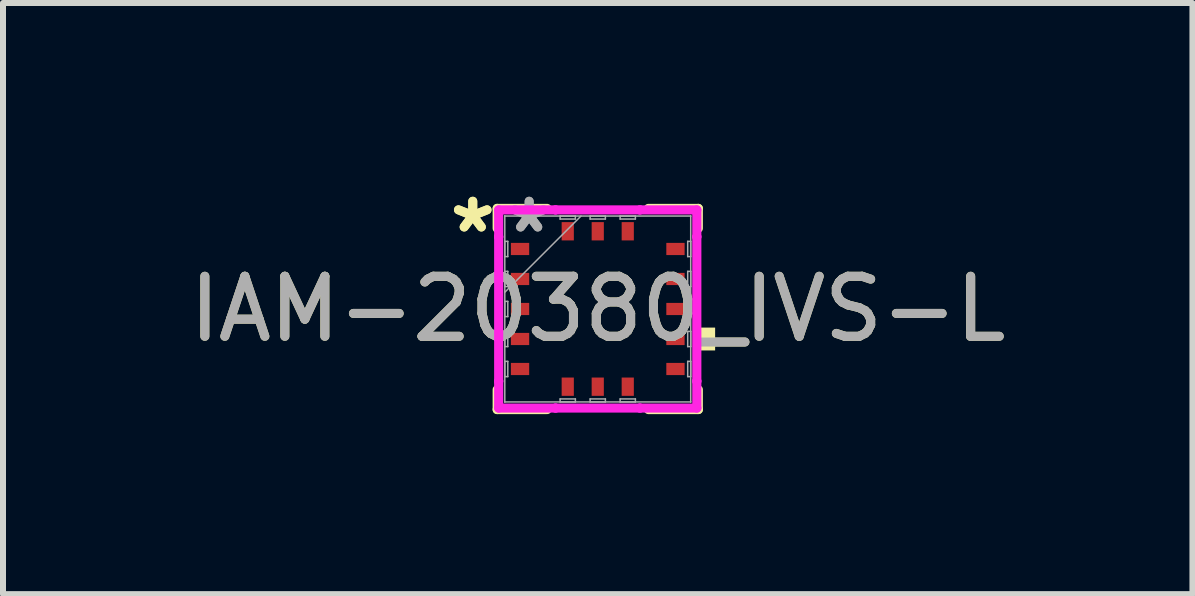
<source format=kicad_pcb>
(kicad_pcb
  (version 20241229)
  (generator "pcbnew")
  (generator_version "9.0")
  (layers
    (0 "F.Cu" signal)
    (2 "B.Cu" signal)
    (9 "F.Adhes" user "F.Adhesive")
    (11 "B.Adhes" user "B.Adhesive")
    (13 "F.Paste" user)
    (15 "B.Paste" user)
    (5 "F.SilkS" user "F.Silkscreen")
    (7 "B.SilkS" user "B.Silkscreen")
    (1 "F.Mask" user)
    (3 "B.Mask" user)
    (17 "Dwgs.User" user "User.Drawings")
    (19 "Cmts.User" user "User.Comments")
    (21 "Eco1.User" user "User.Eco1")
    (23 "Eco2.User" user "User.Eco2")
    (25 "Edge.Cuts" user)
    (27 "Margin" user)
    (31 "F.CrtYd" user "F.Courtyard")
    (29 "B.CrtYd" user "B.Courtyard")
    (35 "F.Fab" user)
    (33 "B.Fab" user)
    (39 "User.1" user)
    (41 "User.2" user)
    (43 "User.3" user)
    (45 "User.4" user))
  (footprint "IAM-20380_IVS-L"
    (layer "F.Cu")
    (at 6.911 2.099)
    (property "Reference" "IAM-20380_IVS-L" (at 0 0 0) (unlocked yes) (layer "F.SilkS") (effects (font (size 1 1) (thickness 0.15))))
    (attr smd)
    (fp_line (start -1.676 -1.676) (end -1.676 -1.344) (stroke (width 0.152) (type solid)) (layer "F.SilkS"))
    (fp_line (start -1.676 1.344) (end -1.676 1.676) (stroke (width 0.152) (type solid)) (layer "F.SilkS"))
    (fp_line (start -1.676 1.676) (end -0.844 1.676) (stroke (width 0.152) (type solid)) (layer "F.SilkS"))
    (fp_line (start -0.844 -1.676) (end -1.676 -1.676) (stroke (width 0.152) (type solid)) (layer "F.SilkS"))
    (fp_line (start 0.844 1.676) (end 1.676 1.676) (stroke (width 0.152) (type solid)) (layer "F.SilkS"))
    (fp_line (start 1.676 -1.676) (end 0.844 -1.676) (stroke (width 0.152) (type solid)) (layer "F.SilkS"))
    (fp_line (start 1.676 -1.344) (end 1.676 -1.676) (stroke (width 0.152) (type solid)) (layer "F.SilkS"))
    (fp_line (start 1.676 1.676) (end 1.676 1.344) (stroke (width 0.152) (type solid)) (layer "F.SilkS"))
    (fp_poly (pts (xy 1.956 0.31) (xy 1.956 0.691) (xy 1.702 0.691) (xy 1.702 0.31)) (stroke (width 0) (type solid)) (fill yes) (layer "F.SilkS"))
    (fp_line (start -1.651 -1.651) (end -0.703 -1.651) (stroke (width 0.152) (type solid)) (layer "F.CrtYd"))
    (fp_line (start -1.651 -1.203) (end -1.651 -1.651) (stroke (width 0.152) (type solid)) (layer "F.CrtYd"))
    (fp_line (start -1.651 -1.203) (end -1.651 -1.203) (stroke (width 0.152) (type solid)) (layer "F.CrtYd"))
    (fp_line (start -1.651 1.203) (end -1.651 -1.203) (stroke (width 0.152) (type solid)) (layer "F.CrtYd"))
    (fp_line (start -1.651 1.203) (end -1.651 1.203) (stroke (width 0.152) (type solid)) (layer "F.CrtYd"))
    (fp_line (start -1.651 1.651) (end -1.651 1.203) (stroke (width 0.152) (type solid)) (layer "F.CrtYd"))
    (fp_line (start -0.703 -1.651) (end -0.703 -1.651) (stroke (width 0.152) (type solid)) (layer "F.CrtYd"))
    (fp_line (start -0.703 -1.651) (end 0.703 -1.651) (stroke (width 0.152) (type solid)) (layer "F.CrtYd"))
    (fp_line (start -0.703 1.651) (end -1.651 1.651) (stroke (width 0.152) (type solid)) (layer "F.CrtYd"))
    (fp_line (start -0.703 1.651) (end -0.703 1.651) (stroke (width 0.152) (type solid)) (layer "F.CrtYd"))
    (fp_line (start 0.703 -1.651) (end 0.703 -1.651) (stroke (width 0.152) (type solid)) (layer "F.CrtYd"))
    (fp_line (start 0.703 -1.651) (end 1.651 -1.651) (stroke (width 0.152) (type solid)) (layer "F.CrtYd"))
    (fp_line (start 0.703 1.651) (end -0.703 1.651) (stroke (width 0.152) (type solid)) (layer "F.CrtYd"))
    (fp_line (start 0.703 1.651) (end 0.703 1.651) (stroke (width 0.152) (type solid)) (layer "F.CrtYd"))
    (fp_line (start 1.651 -1.651) (end 1.651 -1.203) (stroke (width 0.152) (type solid)) (layer "F.CrtYd"))
    (fp_line (start 1.651 -1.203) (end 1.651 -1.203) (stroke (width 0.152) (type solid)) (layer "F.CrtYd"))
    (fp_line (start 1.651 -1.203) (end 1.651 1.203) (stroke (width 0.152) (type solid)) (layer "F.CrtYd"))
    (fp_line (start 1.651 1.203) (end 1.651 1.203) (stroke (width 0.152) (type solid)) (layer "F.CrtYd"))
    (fp_line (start 1.651 1.203) (end 1.651 1.651) (stroke (width 0.152) (type solid)) (layer "F.CrtYd"))
    (fp_line (start 1.651 1.651) (end 0.703 1.651) (stroke (width 0.152) (type solid)) (layer "F.CrtYd"))
    (fp_line (start -1.549 -1.549) (end -1.549 -1.549) (stroke (width 0.025) (type solid)) (layer "F.Fab"))
    (fp_line (start -1.549 -1.549) (end -1.549 1.549) (stroke (width 0.025) (type solid)) (layer "F.Fab"))
    (fp_line (start -1.549 -1.127) (end -1.499 -1.127) (stroke (width 0.025) (type solid)) (layer "F.Fab"))
    (fp_line (start -1.549 -0.873) (end -1.549 -1.127) (stroke (width 0.025) (type solid)) (layer "F.Fab"))
    (fp_line (start -1.549 -0.627) (end -1.499 -0.627) (stroke (width 0.025) (type solid)) (layer "F.Fab"))
    (fp_line (start -1.549 -0.373) (end -1.549 -0.627) (stroke (width 0.025) (type solid)) (layer "F.Fab"))
    (fp_line (start -1.549 -0.279) (end -0.279 -1.549) (stroke (width 0.025) (type solid)) (layer "F.Fab"))
    (fp_line (start -1.549 -0.127) (end -1.499 -0.127) (stroke (width 0.025) (type solid)) (layer "F.Fab"))
    (fp_line (start -1.549 0.127) (end -1.549 -0.127) (stroke (width 0.025) (type solid)) (layer "F.Fab"))
    (fp_line (start -1.549 0.373) (end -1.499 0.373) (stroke (width 0.025) (type solid)) (layer "F.Fab"))
    (fp_line (start -1.549 0.627) (end -1.549 0.373) (stroke (width 0.025) (type solid)) (layer "F.Fab"))
    (fp_line (start -1.549 0.873) (end -1.499 0.873) (stroke (width 0.025) (type solid)) (layer "F.Fab"))
    (fp_line (start -1.549 1.127) (end -1.549 0.873) (stroke (width 0.025) (type solid)) (layer "F.Fab"))
    (fp_line (start -1.549 1.549) (end -1.549 1.549) (stroke (width 0.025) (type solid)) (layer "F.Fab"))
    (fp_line (start -1.549 1.549) (end 1.549 1.549) (stroke (width 0.025) (type solid)) (layer "F.Fab"))
    (fp_line (start -1.499 -1.127) (end -1.499 -0.873) (stroke (width 0.025) (type solid)) (layer "F.Fab"))
    (fp_line (start -1.499 -0.873) (end -1.549 -0.873) (stroke (width 0.025) (type solid)) (layer "F.Fab"))
    (fp_line (start -1.499 -0.627) (end -1.499 -0.373) (stroke (width 0.025) (type solid)) (layer "F.Fab"))
    (fp_line (start -1.499 -0.373) (end -1.549 -0.373) (stroke (width 0.025) (type solid)) (layer "F.Fab"))
    (fp_line (start -1.499 -0.127) (end -1.499 0.127) (stroke (width 0.025) (type solid)) (layer "F.Fab"))
    (fp_line (start -1.499 0.127) (end -1.549 0.127) (stroke (width 0.025) (type solid)) (layer "F.Fab"))
    (fp_line (start -1.499 0.373) (end -1.499 0.627) (stroke (width 0.025) (type solid)) (layer "F.Fab"))
    (fp_line (start -1.499 0.627) (end -1.549 0.627) (stroke (width 0.025) (type solid)) (layer "F.Fab"))
    (fp_line (start -1.499 0.873) (end -1.499 1.127) (stroke (width 0.025) (type solid)) (layer "F.Fab"))
    (fp_line (start -1.499 1.127) (end -1.549 1.127) (stroke (width 0.025) (type solid)) (layer "F.Fab"))
    (fp_line (start -0.627 -1.549) (end -0.373 -1.549) (stroke (width 0.025) (type solid)) (layer "F.Fab"))
    (fp_line (start -0.627 -1.499) (end -0.627 -1.549) (stroke (width 0.025) (type solid)) (layer "F.Fab"))
    (fp_line (start -0.627 1.499) (end -0.373 1.499) (stroke (width 0.025) (type solid)) (layer "F.Fab"))
    (fp_line (start -0.627 1.549) (end -0.627 1.499) (stroke (width 0.025) (type solid)) (layer "F.Fab"))
    (fp_line (start -0.373 -1.549) (end -0.373 -1.499) (stroke (width 0.025) (type solid)) (layer "F.Fab"))
    (fp_line (start -0.373 -1.499) (end -0.627 -1.499) (stroke (width 0.025) (type solid)) (layer "F.Fab"))
    (fp_line (start -0.373 1.499) (end -0.373 1.549) (stroke (width 0.025) (type solid)) (layer "F.Fab"))
    (fp_line (start -0.373 1.549) (end -0.627 1.549) (stroke (width 0.025) (type solid)) (layer "F.Fab"))
    (fp_line (start -0.127 -1.549) (end 0.127 -1.549) (stroke (width 0.025) (type solid)) (layer "F.Fab"))
    (fp_line (start -0.127 -1.499) (end -0.127 -1.549) (stroke (width 0.025) (type solid)) (layer "F.Fab"))
    (fp_line (start -0.127 1.499) (end 0.127 1.499) (stroke (width 0.025) (type solid)) (layer "F.Fab"))
    (fp_line (start -0.127 1.549) (end -0.127 1.499) (stroke (width 0.025) (type solid)) (layer "F.Fab"))
    (fp_line (start 0.127 -1.549) (end 0.127 -1.499) (stroke (width 0.025) (type solid)) (layer "F.Fab"))
    (fp_line (start 0.127 -1.499) (end -0.127 -1.499) (stroke (width 0.025) (type solid)) (layer "F.Fab"))
    (fp_line (start 0.127 1.499) (end 0.127 1.549) (stroke (width 0.025) (type solid)) (layer "F.Fab"))
    (fp_line (start 0.127 1.549) (end -0.127 1.549) (stroke (width 0.025) (type solid)) (layer "F.Fab"))
    (fp_line (start 0.373 -1.549) (end 0.627 -1.549) (stroke (width 0.025) (type solid)) (layer "F.Fab"))
    (fp_line (start 0.373 -1.499) (end 0.373 -1.549) (stroke (width 0.025) (type solid)) (layer "F.Fab"))
    (fp_line (start 0.373 1.499) (end 0.627 1.499) (stroke (width 0.025) (type solid)) (layer "F.Fab"))
    (fp_line (start 0.373 1.549) (end 0.373 1.499) (stroke (width 0.025) (type solid)) (layer "F.Fab"))
    (fp_line (start 0.627 -1.549) (end 0.627 -1.499) (stroke (width 0.025) (type solid)) (layer "F.Fab"))
    (fp_line (start 0.627 -1.499) (end 0.373 -1.499) (stroke (width 0.025) (type solid)) (layer "F.Fab"))
    (fp_line (start 0.627 1.499) (end 0.627 1.549) (stroke (width 0.025) (type solid)) (layer "F.Fab"))
    (fp_line (start 0.627 1.549) (end 0.373 1.549) (stroke (width 0.025) (type solid)) (layer "F.Fab"))
    (fp_line (start 1.499 -1.127) (end 1.549 -1.127) (stroke (width 0.025) (type solid)) (layer "F.Fab"))
    (fp_line (start 1.499 -0.873) (end 1.499 -1.127) (stroke (width 0.025) (type solid)) (layer "F.Fab"))
    (fp_line (start 1.499 -0.627) (end 1.549 -0.627) (stroke (width 0.025) (type solid)) (layer "F.Fab"))
    (fp_line (start 1.499 -0.373) (end 1.499 -0.627) (stroke (width 0.025) (type solid)) (layer "F.Fab"))
    (fp_line (start 1.499 -0.127) (end 1.549 -0.127) (stroke (width 0.025) (type solid)) (layer "F.Fab"))
    (fp_line (start 1.499 0.127) (end 1.499 -0.127) (stroke (width 0.025) (type solid)) (layer "F.Fab"))
    (fp_line (start 1.499 0.373) (end 1.549 0.373) (stroke (width 0.025) (type solid)) (layer "F.Fab"))
    (fp_line (start 1.499 0.627) (end 1.499 0.373) (stroke (width 0.025) (type solid)) (layer "F.Fab"))
    (fp_line (start 1.499 0.873) (end 1.549 0.873) (stroke (width 0.025) (type solid)) (layer "F.Fab"))
    (fp_line (start 1.499 1.127) (end 1.499 0.873) (stroke (width 0.025) (type solid)) (layer "F.Fab"))
    (fp_line (start 1.549 -1.549) (end -1.549 -1.549) (stroke (width 0.025) (type solid)) (layer "F.Fab"))
    (fp_line (start 1.549 -1.549) (end 1.549 -1.549) (stroke (width 0.025) (type solid)) (layer "F.Fab"))
    (fp_line (start 1.549 -1.127) (end 1.549 -0.873) (stroke (width 0.025) (type solid)) (layer "F.Fab"))
    (fp_line (start 1.549 -0.873) (end 1.499 -0.873) (stroke (width 0.025) (type solid)) (layer "F.Fab"))
    (fp_line (start 1.549 -0.627) (end 1.549 -0.373) (stroke (width 0.025) (type solid)) (layer "F.Fab"))
    (fp_line (start 1.549 -0.373) (end 1.499 -0.373) (stroke (width 0.025) (type solid)) (layer "F.Fab"))
    (fp_line (start 1.549 -0.127) (end 1.549 0.127) (stroke (width 0.025) (type solid)) (layer "F.Fab"))
    (fp_line (start 1.549 0.127) (end 1.499 0.127) (stroke (width 0.025) (type solid)) (layer "F.Fab"))
    (fp_line (start 1.549 0.373) (end 1.549 0.627) (stroke (width 0.025) (type solid)) (layer "F.Fab"))
    (fp_line (start 1.549 0.627) (end 1.499 0.627) (stroke (width 0.025) (type solid)) (layer "F.Fab"))
    (fp_line (start 1.549 0.873) (end 1.549 1.127) (stroke (width 0.025) (type solid)) (layer "F.Fab"))
    (fp_line (start 1.549 1.127) (end 1.499 1.127) (stroke (width 0.025) (type solid)) (layer "F.Fab"))
    (fp_line (start 1.549 1.549) (end 1.549 -1.549) (stroke (width 0.025) (type solid)) (layer "F.Fab"))
    (fp_line (start 1.549 1.549) (end 1.549 1.549) (stroke (width 0.025) (type solid)) (layer "F.Fab"))
    (fp_text user "*" (at -2.083 -1.25 0) (layer "F.SilkS") (effects (font (size 1 1) (thickness 0.15))))
    (fp_text user "*" (at -2.083 -1.25 0) (unlocked yes) (layer "F.SilkS") (effects (font (size 1 1) (thickness 0.15))))
    (fp_text user "${REFERENCE}" (at 0 0 0) (unlocked yes) (layer "F.Fab") (effects (font (size 1 1) (thickness 0.15))))
    (fp_text user "*" (at -1.143 -1.25 0) (layer "F.Fab") (effects (font (size 1 1) (thickness 0.15))))
    (fp_text user "*" (at -1.143 -1.25 0) (unlocked yes) (layer "F.Fab") (effects (font (size 1 1) (thickness 0.15))))
    (pad "1" smd rect (at -1.295 -1 90) (size 0.203 0.305) (layers "F.Cu" "F.Mask" "F.Paste"))
    (pad "2" smd rect (at -1.295 -0.5 90) (size 0.203 0.305) (layers "F.Cu" "F.Mask" "F.Paste"))
    (pad "3" smd rect (at -1.295 0 90) (size 0.203 0.305) (layers "F.Cu" "F.Mask" "F.Paste"))
    (pad "4" smd rect (at -1.295 0.5 90) (size 0.203 0.305) (layers "F.Cu" "F.Mask" "F.Paste"))
    (pad "5" smd rect (at -1.295 1 90) (size 0.203 0.305) (layers "F.Cu" "F.Mask" "F.Paste"))
    (pad "6" smd rect (at -0.5 1.295) (size 0.203 0.305) (layers "F.Cu" "F.Mask" "F.Paste"))
    (pad "7" smd rect (at 0 1.295) (size 0.203 0.305) (layers "F.Cu" "F.Mask" "F.Paste"))
    (pad "8" smd rect (at 0.5 1.295) (size 0.203 0.305) (layers "F.Cu" "F.Mask" "F.Paste"))
    (pad "9" smd rect (at 1.295 1 90) (size 0.203 0.305) (layers "F.Cu" "F.Mask" "F.Paste"))
    (pad "10" smd rect (at 1.295 0.5 90) (size 0.203 0.305) (layers "F.Cu" "F.Mask" "F.Paste"))
    (pad "11" smd rect (at 1.295 0 90) (size 0.203 0.305) (layers "F.Cu" "F.Mask" "F.Paste"))
    (pad "12" smd rect (at 1.295 -0.5 90) (size 0.203 0.305) (layers "F.Cu" "F.Mask" "F.Paste"))
    (pad "13" smd rect (at 1.295 -1 90) (size 0.203 0.305) (layers "F.Cu" "F.Mask" "F.Paste"))
    (pad "14" smd rect (at 0.5 -1.295) (size 0.203 0.305) (layers "F.Cu" "F.Mask" "F.Paste"))
    (pad "15" smd rect (at 0 -1.295) (size 0.203 0.305) (layers "F.Cu" "F.Mask" "F.Paste"))
    (pad "16" smd rect (at -0.5 -1.295) (size 0.203 0.305) (layers "F.Cu" "F.Mask" "F.Paste")))
  (gr_rect
    (start -3 -3)
    (end 16.821 6.851)
    (stroke (width 0.1) (type default))
    (fill no)
    (layer "Edge.Cuts")))
</source>
